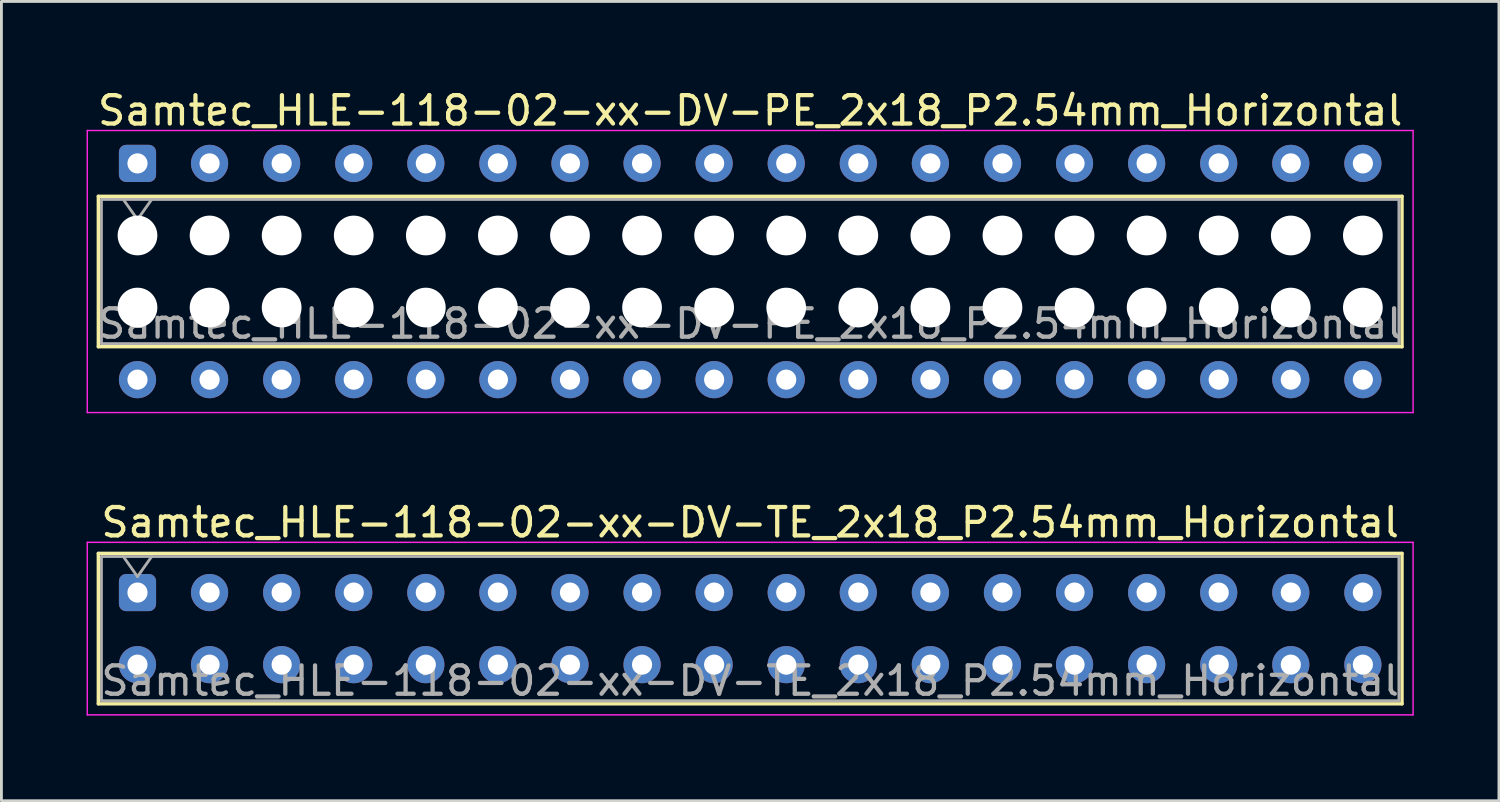
<source format=kicad_pcb>
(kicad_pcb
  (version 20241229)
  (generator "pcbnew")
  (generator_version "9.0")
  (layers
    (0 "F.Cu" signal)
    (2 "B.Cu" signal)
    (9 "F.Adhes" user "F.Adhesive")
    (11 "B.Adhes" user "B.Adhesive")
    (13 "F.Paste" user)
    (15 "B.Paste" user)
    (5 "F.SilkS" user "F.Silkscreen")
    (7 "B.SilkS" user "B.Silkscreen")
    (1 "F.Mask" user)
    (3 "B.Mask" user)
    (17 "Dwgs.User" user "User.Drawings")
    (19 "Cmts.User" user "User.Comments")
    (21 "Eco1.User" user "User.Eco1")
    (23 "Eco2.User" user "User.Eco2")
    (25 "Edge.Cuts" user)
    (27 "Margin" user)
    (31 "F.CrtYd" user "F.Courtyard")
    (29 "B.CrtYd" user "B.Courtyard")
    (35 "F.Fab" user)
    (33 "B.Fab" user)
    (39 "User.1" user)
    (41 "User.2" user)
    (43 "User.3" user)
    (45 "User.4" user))
  (footprint "Samtec_HLE-118-02-xx-DV-PE_2x18_P2.54mm_Horizontal"
    (layer "F.Cu")
    (at 1.795 2.708)
    (property "Reference" "Samtec_HLE-118-02-xx-DV-PE_2x18_P2.54mm_Horizontal" (at 21.59 -1.86 0) (layer "F.SilkS") (effects (font (size 1 1) (thickness 0.15))))
    (attr through_hole)
    (fp_line (start -1.38 1.16) (end 44.56 1.16) (stroke (width 0.12) (type solid)) (layer "F.SilkS"))
    (fp_line (start -1.38 6.46) (end -1.38 1.16) (stroke (width 0.12) (type solid)) (layer "F.SilkS"))
    (fp_line (start 44.56 1.16) (end 44.56 6.46) (stroke (width 0.12) (type solid)) (layer "F.SilkS"))
    (fp_line (start 44.56 6.46) (end -1.38 6.46) (stroke (width 0.12) (type solid)) (layer "F.SilkS"))
    (fp_line (start -1.77 -1.16) (end 44.95 -1.16) (stroke (width 0.05) (type solid)) (layer "F.CrtYd"))
    (fp_line (start -1.77 8.78) (end -1.77 -1.16) (stroke (width 0.05) (type solid)) (layer "F.CrtYd"))
    (fp_line (start 44.95 -1.16) (end 44.95 8.78) (stroke (width 0.05) (type solid)) (layer "F.CrtYd"))
    (fp_line (start 44.95 8.78) (end -1.77 8.78) (stroke (width 0.05) (type solid)) (layer "F.CrtYd"))
    (fp_line (start -1.27 1.27) (end 44.45 1.27) (stroke (width 0.1) (type solid)) (layer "F.Fab"))
    (fp_line (start -1.27 6.35) (end -1.27 1.27) (stroke (width 0.1) (type solid)) (layer "F.Fab"))
    (fp_line (start -0.5 1.27) (end 0 1.977) (stroke (width 0.1) (type solid)) (layer "F.Fab"))
    (fp_line (start 0 1.977) (end 0.5 1.27) (stroke (width 0.1) (type solid)) (layer "F.Fab"))
    (fp_line (start 44.45 1.27) (end 44.45 6.35) (stroke (width 0.1) (type solid)) (layer "F.Fab"))
    (fp_line (start 44.45 6.35) (end -1.27 6.35) (stroke (width 0.1) (type solid)) (layer "F.Fab"))
    (fp_text user "${REFERENCE}" (at 21.59 5.65 0) (layer "F.Fab") (effects (font (size 1 1) (thickness 0.15))))
    (pad "" np_thru_hole circle (at 0 2.54) (size 1.4 1.4) (drill 1.4) (layers "*.Cu" "*.Mask"))
    (pad "" np_thru_hole circle (at 0 5.08) (size 1.4 1.4) (drill 1.4) (layers "*.Cu" "*.Mask"))
    (pad "" np_thru_hole circle (at 2.54 2.54) (size 1.4 1.4) (drill 1.4) (layers "*.Cu" "*.Mask"))
    (pad "" np_thru_hole circle (at 2.54 5.08) (size 1.4 1.4) (drill 1.4) (layers "*.Cu" "*.Mask"))
    (pad "" np_thru_hole circle (at 5.08 2.54) (size 1.4 1.4) (drill 1.4) (layers "*.Cu" "*.Mask"))
    (pad "" np_thru_hole circle (at 5.08 5.08) (size 1.4 1.4) (drill 1.4) (layers "*.Cu" "*.Mask"))
    (pad "" np_thru_hole circle (at 7.62 2.54) (size 1.4 1.4) (drill 1.4) (layers "*.Cu" "*.Mask"))
    (pad "" np_thru_hole circle (at 7.62 5.08) (size 1.4 1.4) (drill 1.4) (layers "*.Cu" "*.Mask"))
    (pad "" np_thru_hole circle (at 10.16 2.54) (size 1.4 1.4) (drill 1.4) (layers "*.Cu" "*.Mask"))
    (pad "" np_thru_hole circle (at 10.16 5.08) (size 1.4 1.4) (drill 1.4) (layers "*.Cu" "*.Mask"))
    (pad "" np_thru_hole circle (at 12.7 2.54) (size 1.4 1.4) (drill 1.4) (layers "*.Cu" "*.Mask"))
    (pad "" np_thru_hole circle (at 12.7 5.08) (size 1.4 1.4) (drill 1.4) (layers "*.Cu" "*.Mask"))
    (pad "" np_thru_hole circle (at 15.24 2.54) (size 1.4 1.4) (drill 1.4) (layers "*.Cu" "*.Mask"))
    (pad "" np_thru_hole circle (at 15.24 5.08) (size 1.4 1.4) (drill 1.4) (layers "*.Cu" "*.Mask"))
    (pad "" np_thru_hole circle (at 17.78 2.54) (size 1.4 1.4) (drill 1.4) (layers "*.Cu" "*.Mask"))
    (pad "" np_thru_hole circle (at 17.78 5.08) (size 1.4 1.4) (drill 1.4) (layers "*.Cu" "*.Mask"))
    (pad "" np_thru_hole circle (at 20.32 2.54) (size 1.4 1.4) (drill 1.4) (layers "*.Cu" "*.Mask"))
    (pad "" np_thru_hole circle (at 20.32 5.08) (size 1.4 1.4) (drill 1.4) (layers "*.Cu" "*.Mask"))
    (pad "" np_thru_hole circle (at 22.86 2.54) (size 1.4 1.4) (drill 1.4) (layers "*.Cu" "*.Mask"))
    (pad "" np_thru_hole circle (at 22.86 5.08) (size 1.4 1.4) (drill 1.4) (layers "*.Cu" "*.Mask"))
    (pad "" np_thru_hole circle (at 25.4 2.54) (size 1.4 1.4) (drill 1.4) (layers "*.Cu" "*.Mask"))
    (pad "" np_thru_hole circle (at 25.4 5.08) (size 1.4 1.4) (drill 1.4) (layers "*.Cu" "*.Mask"))
    (pad "" np_thru_hole circle (at 27.94 2.54) (size 1.4 1.4) (drill 1.4) (layers "*.Cu" "*.Mask"))
    (pad "" np_thru_hole circle (at 27.94 5.08) (size 1.4 1.4) (drill 1.4) (layers "*.Cu" "*.Mask"))
    (pad "" np_thru_hole circle (at 30.48 2.54) (size 1.4 1.4) (drill 1.4) (layers "*.Cu" "*.Mask"))
    (pad "" np_thru_hole circle (at 30.48 5.08) (size 1.4 1.4) (drill 1.4) (layers "*.Cu" "*.Mask"))
    (pad "" np_thru_hole circle (at 33.02 2.54) (size 1.4 1.4) (drill 1.4) (layers "*.Cu" "*.Mask"))
    (pad "" np_thru_hole circle (at 33.02 5.08) (size 1.4 1.4) (drill 1.4) (layers "*.Cu" "*.Mask"))
    (pad "" np_thru_hole circle (at 35.56 2.54) (size 1.4 1.4) (drill 1.4) (layers "*.Cu" "*.Mask"))
    (pad "" np_thru_hole circle (at 35.56 5.08) (size 1.4 1.4) (drill 1.4) (layers "*.Cu" "*.Mask"))
    (pad "" np_thru_hole circle (at 38.1 2.54) (size 1.4 1.4) (drill 1.4) (layers "*.Cu" "*.Mask"))
    (pad "" np_thru_hole circle (at 38.1 5.08) (size 1.4 1.4) (drill 1.4) (layers "*.Cu" "*.Mask"))
    (pad "" np_thru_hole circle (at 40.64 2.54) (size 1.4 1.4) (drill 1.4) (layers "*.Cu" "*.Mask"))
    (pad "" np_thru_hole circle (at 40.64 5.08) (size 1.4 1.4) (drill 1.4) (layers "*.Cu" "*.Mask"))
    (pad "" np_thru_hole circle (at 43.18 2.54) (size 1.4 1.4) (drill 1.4) (layers "*.Cu" "*.Mask"))
    (pad "" np_thru_hole circle (at 43.18 5.08) (size 1.4 1.4) (drill 1.4) (layers "*.Cu" "*.Mask"))
    (pad "1" thru_hole roundrect (at 0 0) (size 1.31 1.31) (drill 0.71) (layers "*.Cu" "*.Mask") (roundrect_rratio 0.191))
    (pad "2" thru_hole circle (at 0 7.62) (size 1.31 1.31) (drill 0.71) (layers "*.Cu" "*.Mask"))
    (pad "3" thru_hole circle (at 2.54 0) (size 1.31 1.31) (drill 0.71) (layers "*.Cu" "*.Mask"))
    (pad "4" thru_hole circle (at 2.54 7.62) (size 1.31 1.31) (drill 0.71) (layers "*.Cu" "*.Mask"))
    (pad "5" thru_hole circle (at 5.08 0) (size 1.31 1.31) (drill 0.71) (layers "*.Cu" "*.Mask"))
    (pad "6" thru_hole circle (at 5.08 7.62) (size 1.31 1.31) (drill 0.71) (layers "*.Cu" "*.Mask"))
    (pad "7" thru_hole circle (at 7.62 0) (size 1.31 1.31) (drill 0.71) (layers "*.Cu" "*.Mask"))
    (pad "8" thru_hole circle (at 7.62 7.62) (size 1.31 1.31) (drill 0.71) (layers "*.Cu" "*.Mask"))
    (pad "9" thru_hole circle (at 10.16 0) (size 1.31 1.31) (drill 0.71) (layers "*.Cu" "*.Mask"))
    (pad "10" thru_hole circle (at 10.16 7.62) (size 1.31 1.31) (drill 0.71) (layers "*.Cu" "*.Mask"))
    (pad "11" thru_hole circle (at 12.7 0) (size 1.31 1.31) (drill 0.71) (layers "*.Cu" "*.Mask"))
    (pad "12" thru_hole circle (at 12.7 7.62) (size 1.31 1.31) (drill 0.71) (layers "*.Cu" "*.Mask"))
    (pad "13" thru_hole circle (at 15.24 0) (size 1.31 1.31) (drill 0.71) (layers "*.Cu" "*.Mask"))
    (pad "14" thru_hole circle (at 15.24 7.62) (size 1.31 1.31) (drill 0.71) (layers "*.Cu" "*.Mask"))
    (pad "15" thru_hole circle (at 17.78 0) (size 1.31 1.31) (drill 0.71) (layers "*.Cu" "*.Mask"))
    (pad "16" thru_hole circle (at 17.78 7.62) (size 1.31 1.31) (drill 0.71) (layers "*.Cu" "*.Mask"))
    (pad "17" thru_hole circle (at 20.32 0) (size 1.31 1.31) (drill 0.71) (layers "*.Cu" "*.Mask"))
    (pad "18" thru_hole circle (at 20.32 7.62) (size 1.31 1.31) (drill 0.71) (layers "*.Cu" "*.Mask"))
    (pad "19" thru_hole circle (at 22.86 0) (size 1.31 1.31) (drill 0.71) (layers "*.Cu" "*.Mask"))
    (pad "20" thru_hole circle (at 22.86 7.62) (size 1.31 1.31) (drill 0.71) (layers "*.Cu" "*.Mask"))
    (pad "21" thru_hole circle (at 25.4 0) (size 1.31 1.31) (drill 0.71) (layers "*.Cu" "*.Mask"))
    (pad "22" thru_hole circle (at 25.4 7.62) (size 1.31 1.31) (drill 0.71) (layers "*.Cu" "*.Mask"))
    (pad "23" thru_hole circle (at 27.94 0) (size 1.31 1.31) (drill 0.71) (layers "*.Cu" "*.Mask"))
    (pad "24" thru_hole circle (at 27.94 7.62) (size 1.31 1.31) (drill 0.71) (layers "*.Cu" "*.Mask"))
    (pad "25" thru_hole circle (at 30.48 0) (size 1.31 1.31) (drill 0.71) (layers "*.Cu" "*.Mask"))
    (pad "26" thru_hole circle (at 30.48 7.62) (size 1.31 1.31) (drill 0.71) (layers "*.Cu" "*.Mask"))
    (pad "27" thru_hole circle (at 33.02 0) (size 1.31 1.31) (drill 0.71) (layers "*.Cu" "*.Mask"))
    (pad "28" thru_hole circle (at 33.02 7.62) (size 1.31 1.31) (drill 0.71) (layers "*.Cu" "*.Mask"))
    (pad "29" thru_hole circle (at 35.56 0) (size 1.31 1.31) (drill 0.71) (layers "*.Cu" "*.Mask"))
    (pad "30" thru_hole circle (at 35.56 7.62) (size 1.31 1.31) (drill 0.71) (layers "*.Cu" "*.Mask"))
    (pad "31" thru_hole circle (at 38.1 0) (size 1.31 1.31) (drill 0.71) (layers "*.Cu" "*.Mask"))
    (pad "32" thru_hole circle (at 38.1 7.62) (size 1.31 1.31) (drill 0.71) (layers "*.Cu" "*.Mask"))
    (pad "33" thru_hole circle (at 40.64 0) (size 1.31 1.31) (drill 0.71) (layers "*.Cu" "*.Mask"))
    (pad "34" thru_hole circle (at 40.64 7.62) (size 1.31 1.31) (drill 0.71) (layers "*.Cu" "*.Mask"))
    (pad "35" thru_hole circle (at 43.18 0) (size 1.31 1.31) (drill 0.71) (layers "*.Cu" "*.Mask"))
    (pad "36" thru_hole circle (at 43.18 7.62) (size 1.31 1.31) (drill 0.71) (layers "*.Cu" "*.Mask")))
  (footprint "Samtec_HLE-118-02-xx-DV-TE_2x18_P2.54mm_Horizontal"
    (layer "F.Cu")
    (at 1.795 17.831)
    (property "Reference" "Samtec_HLE-118-02-xx-DV-TE_2x18_P2.54mm_Horizontal" (at 21.59 -2.47 0) (layer "F.SilkS") (effects (font (size 1 1) (thickness 0.15))))
    (attr through_hole)
    (fp_line (start -1.38 -1.38) (end 44.56 -1.38) (stroke (width 0.12) (type solid)) (layer "F.SilkS"))
    (fp_line (start -1.38 3.92) (end -1.38 -1.38) (stroke (width 0.12) (type solid)) (layer "F.SilkS"))
    (fp_line (start 44.56 -1.38) (end 44.56 3.92) (stroke (width 0.12) (type solid)) (layer "F.SilkS"))
    (fp_line (start 44.56 3.92) (end -1.38 3.92) (stroke (width 0.12) (type solid)) (layer "F.SilkS"))
    (fp_line (start -1.77 -1.77) (end 44.95 -1.77) (stroke (width 0.05) (type solid)) (layer "F.CrtYd"))
    (fp_line (start -1.77 4.31) (end -1.77 -1.77) (stroke (width 0.05) (type solid)) (layer "F.CrtYd"))
    (fp_line (start 44.95 -1.77) (end 44.95 4.31) (stroke (width 0.05) (type solid)) (layer "F.CrtYd"))
    (fp_line (start 44.95 4.31) (end -1.77 4.31) (stroke (width 0.05) (type solid)) (layer "F.CrtYd"))
    (fp_line (start -1.27 -1.27) (end 44.45 -1.27) (stroke (width 0.1) (type solid)) (layer "F.Fab"))
    (fp_line (start -1.27 3.81) (end -1.27 -1.27) (stroke (width 0.1) (type solid)) (layer "F.Fab"))
    (fp_line (start -0.5 -1.27) (end 0 -0.563) (stroke (width 0.1) (type solid)) (layer "F.Fab"))
    (fp_line (start 0 -0.563) (end 0.5 -1.27) (stroke (width 0.1) (type solid)) (layer "F.Fab"))
    (fp_line (start 44.45 -1.27) (end 44.45 3.81) (stroke (width 0.1) (type solid)) (layer "F.Fab"))
    (fp_line (start 44.45 3.81) (end -1.27 3.81) (stroke (width 0.1) (type solid)) (layer "F.Fab"))
    (fp_text user "${REFERENCE}" (at 21.59 3.11 0) (layer "F.Fab") (effects (font (size 1 1) (thickness 0.15))))
    (pad "1" thru_hole roundrect (at 0 0) (size 1.31 1.31) (drill 0.71) (layers "*.Cu" "*.Mask") (roundrect_rratio 0.191))
    (pad "2" thru_hole circle (at 0 2.54) (size 1.31 1.31) (drill 0.71) (layers "*.Cu" "*.Mask"))
    (pad "3" thru_hole circle (at 2.54 0) (size 1.31 1.31) (drill 0.71) (layers "*.Cu" "*.Mask"))
    (pad "4" thru_hole circle (at 2.54 2.54) (size 1.31 1.31) (drill 0.71) (layers "*.Cu" "*.Mask"))
    (pad "5" thru_hole circle (at 5.08 0) (size 1.31 1.31) (drill 0.71) (layers "*.Cu" "*.Mask"))
    (pad "6" thru_hole circle (at 5.08 2.54) (size 1.31 1.31) (drill 0.71) (layers "*.Cu" "*.Mask"))
    (pad "7" thru_hole circle (at 7.62 0) (size 1.31 1.31) (drill 0.71) (layers "*.Cu" "*.Mask"))
    (pad "8" thru_hole circle (at 7.62 2.54) (size 1.31 1.31) (drill 0.71) (layers "*.Cu" "*.Mask"))
    (pad "9" thru_hole circle (at 10.16 0) (size 1.31 1.31) (drill 0.71) (layers "*.Cu" "*.Mask"))
    (pad "10" thru_hole circle (at 10.16 2.54) (size 1.31 1.31) (drill 0.71) (layers "*.Cu" "*.Mask"))
    (pad "11" thru_hole circle (at 12.7 0) (size 1.31 1.31) (drill 0.71) (layers "*.Cu" "*.Mask"))
    (pad "12" thru_hole circle (at 12.7 2.54) (size 1.31 1.31) (drill 0.71) (layers "*.Cu" "*.Mask"))
    (pad "13" thru_hole circle (at 15.24 0) (size 1.31 1.31) (drill 0.71) (layers "*.Cu" "*.Mask"))
    (pad "14" thru_hole circle (at 15.24 2.54) (size 1.31 1.31) (drill 0.71) (layers "*.Cu" "*.Mask"))
    (pad "15" thru_hole circle (at 17.78 0) (size 1.31 1.31) (drill 0.71) (layers "*.Cu" "*.Mask"))
    (pad "16" thru_hole circle (at 17.78 2.54) (size 1.31 1.31) (drill 0.71) (layers "*.Cu" "*.Mask"))
    (pad "17" thru_hole circle (at 20.32 0) (size 1.31 1.31) (drill 0.71) (layers "*.Cu" "*.Mask"))
    (pad "18" thru_hole circle (at 20.32 2.54) (size 1.31 1.31) (drill 0.71) (layers "*.Cu" "*.Mask"))
    (pad "19" thru_hole circle (at 22.86 0) (size 1.31 1.31) (drill 0.71) (layers "*.Cu" "*.Mask"))
    (pad "20" thru_hole circle (at 22.86 2.54) (size 1.31 1.31) (drill 0.71) (layers "*.Cu" "*.Mask"))
    (pad "21" thru_hole circle (at 25.4 0) (size 1.31 1.31) (drill 0.71) (layers "*.Cu" "*.Mask"))
    (pad "22" thru_hole circle (at 25.4 2.54) (size 1.31 1.31) (drill 0.71) (layers "*.Cu" "*.Mask"))
    (pad "23" thru_hole circle (at 27.94 0) (size 1.31 1.31) (drill 0.71) (layers "*.Cu" "*.Mask"))
    (pad "24" thru_hole circle (at 27.94 2.54) (size 1.31 1.31) (drill 0.71) (layers "*.Cu" "*.Mask"))
    (pad "25" thru_hole circle (at 30.48 0) (size 1.31 1.31) (drill 0.71) (layers "*.Cu" "*.Mask"))
    (pad "26" thru_hole circle (at 30.48 2.54) (size 1.31 1.31) (drill 0.71) (layers "*.Cu" "*.Mask"))
    (pad "27" thru_hole circle (at 33.02 0) (size 1.31 1.31) (drill 0.71) (layers "*.Cu" "*.Mask"))
    (pad "28" thru_hole circle (at 33.02 2.54) (size 1.31 1.31) (drill 0.71) (layers "*.Cu" "*.Mask"))
    (pad "29" thru_hole circle (at 35.56 0) (size 1.31 1.31) (drill 0.71) (layers "*.Cu" "*.Mask"))
    (pad "30" thru_hole circle (at 35.56 2.54) (size 1.31 1.31) (drill 0.71) (layers "*.Cu" "*.Mask"))
    (pad "31" thru_hole circle (at 38.1 0) (size 1.31 1.31) (drill 0.71) (layers "*.Cu" "*.Mask"))
    (pad "32" thru_hole circle (at 38.1 2.54) (size 1.31 1.31) (drill 0.71) (layers "*.Cu" "*.Mask"))
    (pad "33" thru_hole circle (at 40.64 0) (size 1.31 1.31) (drill 0.71) (layers "*.Cu" "*.Mask"))
    (pad "34" thru_hole circle (at 40.64 2.54) (size 1.31 1.31) (drill 0.71) (layers "*.Cu" "*.Mask"))
    (pad "35" thru_hole circle (at 43.18 0) (size 1.31 1.31) (drill 0.71) (layers "*.Cu" "*.Mask"))
    (pad "36" thru_hole circle (at 43.18 2.54) (size 1.31 1.31) (drill 0.71) (layers "*.Cu" "*.Mask")))
  (gr_rect
    (start -3 -3)
    (end 49.77 25.166)
    (stroke (width 0.1) (type default))
    (fill no)
    (layer "Edge.Cuts")))
</source>
